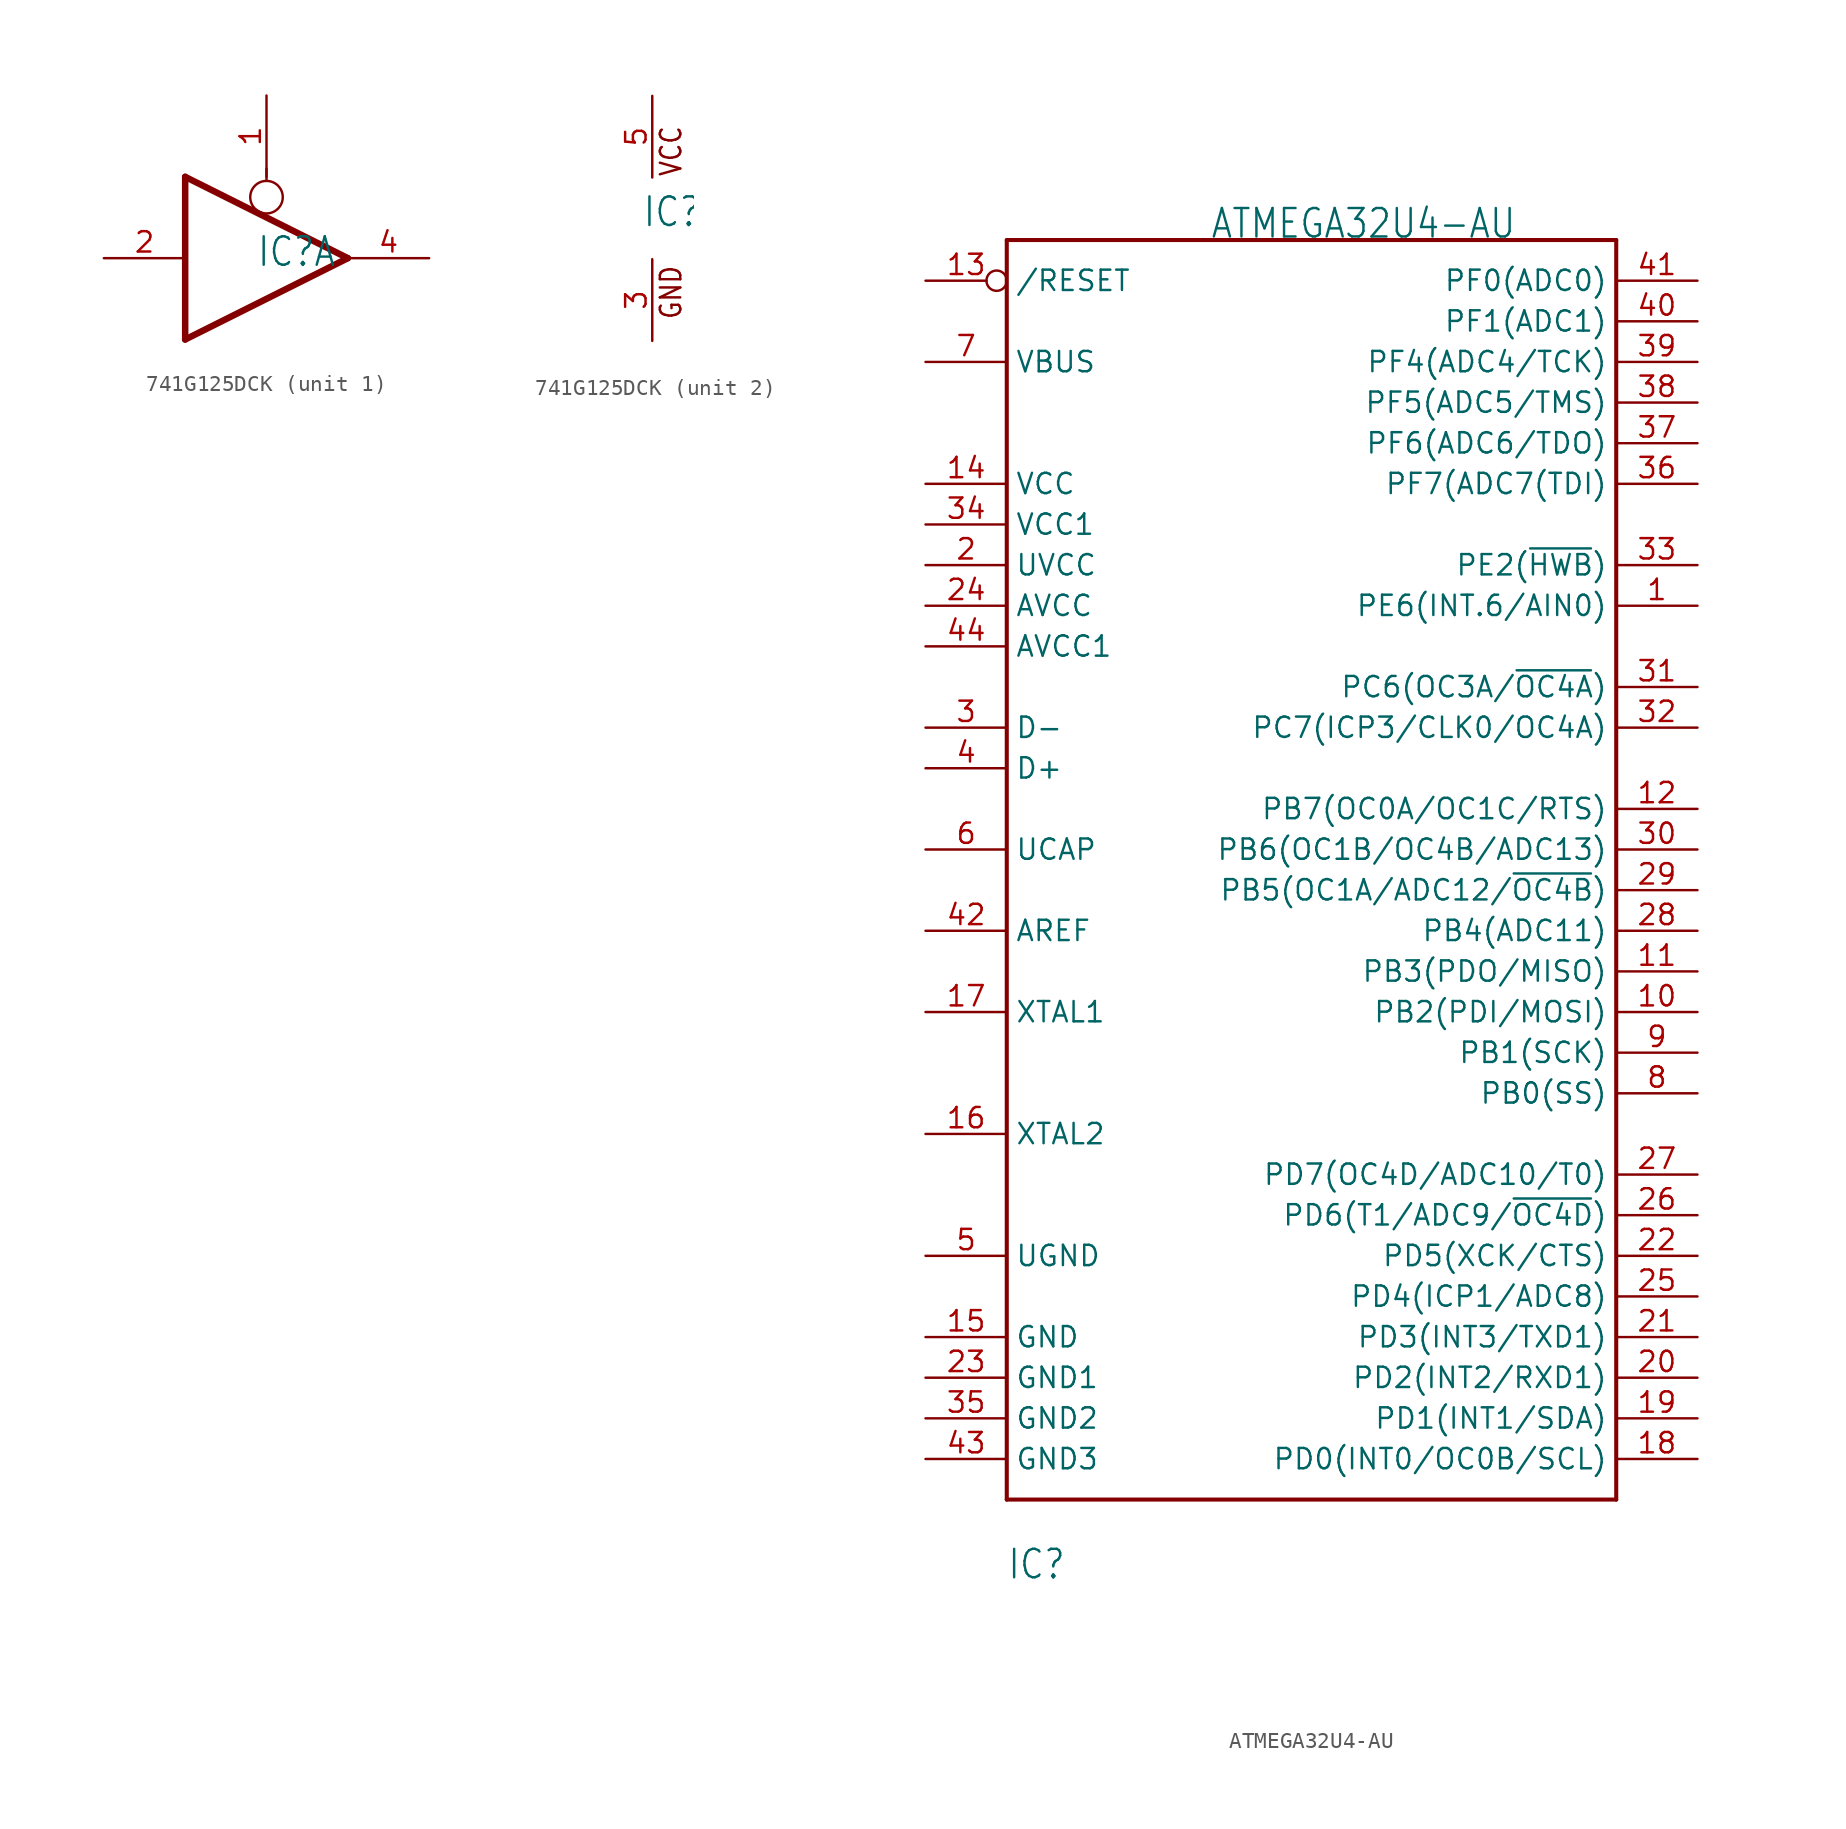
<source format=kicad_sym>
(kicad_symbol_lib
  (version 20211014)
  (generator kicad_symbol_editor)
  (symbol "741G125DCK"
    (property "Reference" "IC"
      (at -0.635 -0.635 0)
      (effects (font (size 1.778 1.511)) (justify left bottom)))
    (property "ki_locked" ""
      (at 0 0 0)
      (effects (font (size 1.27 1.27))))
    (symbol "741G125DCK_1_0"
      (polyline (pts (xy -5.08 -5.08) (xy -5.08 5.08)) (stroke (width 0.406) (type default) (color 0 0 0 0)) (fill (type none)))
      (polyline (pts (xy 0 4.826) (xy 0 5.588)) (stroke (width 0.152) (type default) (color 0 0 0 0)) (fill (type none)))
      (polyline (pts (xy 5.08 0) (xy -5.08 -5.08)) (stroke (width 0.406) (type default) (color 0 0 0 0)) (fill (type none)))
      (polyline (pts (xy 5.08 0) (xy -5.08 5.08)) (stroke (width 0.406) (type default) (color 0 0 0 0)) (fill (type none)))
      (circle (center 0 3.81) (radius 1.016) (stroke (width 0.152) (type default) (color 0 0 0 0)) (fill (type none)))
      (pin input line (at 0 10.16 270) (length 5.08) (name "OE" (effects (font (size 0 0)))) (number "1" (effects (font (size 1.27 1.27)))))
      (pin input line (at -10.16 0 0) (length 5.08) (name "I" (effects (font (size 0 0)))) (number "2" (effects (font (size 1.27 1.27)))))
      (pin tri_state line (at 10.16 0 180) (length 5.08) (name "O" (effects (font (size 0 0)))) (number "4" (effects (font (size 1.27 1.27))))))
    (symbol "741G125DCK_2_0"
      (text "GND" (at 1.905 -6.35 900) (effects (font (size 1.27 1.079)) (justify left bottom)))
      (text "VCC" (at 1.905 2.54 900) (effects (font (size 1.27 1.079)) (justify left bottom)))
      (pin power_in line (at 0 -7.62 90) (length 5.08) (name "GND" (effects (font (size 0 0)))) (number "3" (effects (font (size 1.27 1.27)))))
      (pin power_in line (at 0 7.62 270) (length 5.08) (name "VCC" (effects (font (size 0 0)))) (number "5" (effects (font (size 1.27 1.27)))))))
  (symbol "ATMEGA32U4-AU"
    (property "Reference" "IC"
      (at -17.78 -38.1 0)
      (effects (font (size 1.778 1.511)) (justify left bottom)))
    (property "Value" "ATMEGA32U4-AU"
      (at -5.08 45.72 0)
      (effects (font (size 1.778 1.511)) (justify left bottom)))
    (property "ki_locked" ""
      (at 0 0 0)
      (effects (font (size 1.27 1.27))))
    (symbol "ATMEGA32U4-AU_1_0"
      (polyline (pts (xy -17.78 -33.02) (xy -17.78 45.72)) (stroke (width 0.254) (type default) (color 0 0 0 0)) (fill (type none)))
      (polyline (pts (xy -17.78 45.72) (xy 20.32 45.72)) (stroke (width 0.254) (type default) (color 0 0 0 0)) (fill (type none)))
      (polyline (pts (xy 20.32 -33.02) (xy -17.78 -33.02)) (stroke (width 0.254) (type default) (color 0 0 0 0)) (fill (type none)))
      (polyline (pts (xy 20.32 45.72) (xy 20.32 -33.02)) (stroke (width 0.254) (type default) (color 0 0 0 0)) (fill (type none)))
      (pin bidirectional line (at 25.4 22.86 180) (length 5.08) (name "PE6(INT.6/AIN0)" (effects (font (size 1.27 1.27)))) (number "1" (effects (font (size 1.27 1.27)))))
      (pin bidirectional line (at 25.4 -2.54 180) (length 5.08) (name "PB2(PDI/MOSI)" (effects (font (size 1.27 1.27)))) (number "10" (effects (font (size 1.27 1.27)))))
      (pin bidirectional line (at 25.4 0 180) (length 5.08) (name "PB3(PDO/MISO)" (effects (font (size 1.27 1.27)))) (number "11" (effects (font (size 1.27 1.27)))))
      (pin bidirectional line (at 25.4 10.16 180) (length 5.08) (name "PB7(OC0A/OC1C/RTS)" (effects (font (size 1.27 1.27)))) (number "12" (effects (font (size 1.27 1.27)))))
      (pin bidirectional inverted (at -22.86 43.18 0) (length 5.08) (name "/RESET" (effects (font (size 1.27 1.27)))) (number "13" (effects (font (size 1.27 1.27)))))
      (pin bidirectional line (at -22.86 30.48 0) (length 5.08) (name "VCC" (effects (font (size 1.27 1.27)))) (number "14" (effects (font (size 1.27 1.27)))))
      (pin bidirectional line (at -22.86 -22.86 0) (length 5.08) (name "GND" (effects (font (size 1.27 1.27)))) (number "15" (effects (font (size 1.27 1.27)))))
      (pin bidirectional line (at -22.86 -10.16 0) (length 5.08) (name "XTAL2" (effects (font (size 1.27 1.27)))) (number "16" (effects (font (size 1.27 1.27)))))
      (pin bidirectional line (at -22.86 -2.54 0) (length 5.08) (name "XTAL1" (effects (font (size 1.27 1.27)))) (number "17" (effects (font (size 1.27 1.27)))))
      (pin bidirectional line (at 25.4 -30.48 180) (length 5.08) (name "PD0(INT0/OC0B/SCL)" (effects (font (size 1.27 1.27)))) (number "18" (effects (font (size 1.27 1.27)))))
      (pin bidirectional line (at 25.4 -27.94 180) (length 5.08) (name "PD1(INT1/SDA)" (effects (font (size 1.27 1.27)))) (number "19" (effects (font (size 1.27 1.27)))))
      (pin bidirectional line (at -22.86 25.4 0) (length 5.08) (name "UVCC" (effects (font (size 1.27 1.27)))) (number "2" (effects (font (size 1.27 1.27)))))
      (pin bidirectional line (at 25.4 -25.4 180) (length 5.08) (name "PD2(INT2/RXD1)" (effects (font (size 1.27 1.27)))) (number "20" (effects (font (size 1.27 1.27)))))
      (pin bidirectional line (at 25.4 -22.86 180) (length 5.08) (name "PD3(INT3/TXD1)" (effects (font (size 1.27 1.27)))) (number "21" (effects (font (size 1.27 1.27)))))
      (pin bidirectional line (at 25.4 -17.78 180) (length 5.08) (name "PD5(XCK/CTS)" (effects (font (size 1.27 1.27)))) (number "22" (effects (font (size 1.27 1.27)))))
      (pin bidirectional line (at -22.86 -25.4 0) (length 5.08) (name "GND1" (effects (font (size 1.27 1.27)))) (number "23" (effects (font (size 1.27 1.27)))))
      (pin bidirectional line (at -22.86 22.86 0) (length 5.08) (name "AVCC" (effects (font (size 1.27 1.27)))) (number "24" (effects (font (size 1.27 1.27)))))
      (pin bidirectional line (at 25.4 -20.32 180) (length 5.08) (name "PD4(ICP1/ADC8)" (effects (font (size 1.27 1.27)))) (number "25" (effects (font (size 1.27 1.27)))))
      (pin bidirectional line (at 25.4 -15.24 180) (length 5.08) (name "PD6(T1/ADC9/~{OC4D})" (effects (font (size 1.27 1.27)))) (number "26" (effects (font (size 1.27 1.27)))))
      (pin bidirectional line (at 25.4 -12.7 180) (length 5.08) (name "PD7(OC4D/ADC10/T0)" (effects (font (size 1.27 1.27)))) (number "27" (effects (font (size 1.27 1.27)))))
      (pin bidirectional line (at 25.4 2.54 180) (length 5.08) (name "PB4(ADC11)" (effects (font (size 1.27 1.27)))) (number "28" (effects (font (size 1.27 1.27)))))
      (pin bidirectional line (at 25.4 5.08 180) (length 5.08) (name "PB5(OC1A/ADC12/~{OC4B})" (effects (font (size 1.27 1.27)))) (number "29" (effects (font (size 1.27 1.27)))))
      (pin bidirectional line (at -22.86 15.24 0) (length 5.08) (name "D-" (effects (font (size 1.27 1.27)))) (number "3" (effects (font (size 1.27 1.27)))))
      (pin bidirectional line (at 25.4 7.62 180) (length 5.08) (name "PB6(OC1B/OC4B/ADC13)" (effects (font (size 1.27 1.27)))) (number "30" (effects (font (size 1.27 1.27)))))
      (pin bidirectional line (at 25.4 17.78 180) (length 5.08) (name "PC6(OC3A/~{OC4A})" (effects (font (size 1.27 1.27)))) (number "31" (effects (font (size 1.27 1.27)))))
      (pin bidirectional line (at 25.4 15.24 180) (length 5.08) (name "PC7(ICP3/CLK0/OC4A)" (effects (font (size 1.27 1.27)))) (number "32" (effects (font (size 1.27 1.27)))))
      (pin bidirectional line (at 25.4 25.4 180) (length 5.08) (name "PE2(~{HWB})" (effects (font (size 1.27 1.27)))) (number "33" (effects (font (size 1.27 1.27)))))
      (pin bidirectional line (at -22.86 27.94 0) (length 5.08) (name "VCC1" (effects (font (size 1.27 1.27)))) (number "34" (effects (font (size 1.27 1.27)))))
      (pin bidirectional line (at -22.86 -27.94 0) (length 5.08) (name "GND2" (effects (font (size 1.27 1.27)))) (number "35" (effects (font (size 1.27 1.27)))))
      (pin bidirectional line (at 25.4 30.48 180) (length 5.08) (name "PF7(ADC7(TDI)" (effects (font (size 1.27 1.27)))) (number "36" (effects (font (size 1.27 1.27)))))
      (pin bidirectional line (at 25.4 33.02 180) (length 5.08) (name "PF6(ADC6/TDO)" (effects (font (size 1.27 1.27)))) (number "37" (effects (font (size 1.27 1.27)))))
      (pin bidirectional line (at 25.4 35.56 180) (length 5.08) (name "PF5(ADC5/TMS)" (effects (font (size 1.27 1.27)))) (number "38" (effects (font (size 1.27 1.27)))))
      (pin bidirectional line (at 25.4 38.1 180) (length 5.08) (name "PF4(ADC4/TCK)" (effects (font (size 1.27 1.27)))) (number "39" (effects (font (size 1.27 1.27)))))
      (pin bidirectional line (at -22.86 12.7 0) (length 5.08) (name "D+" (effects (font (size 1.27 1.27)))) (number "4" (effects (font (size 1.27 1.27)))))
      (pin bidirectional line (at 25.4 40.64 180) (length 5.08) (name "PF1(ADC1)" (effects (font (size 1.27 1.27)))) (number "40" (effects (font (size 1.27 1.27)))))
      (pin bidirectional line (at 25.4 43.18 180) (length 5.08) (name "PF0(ADC0)" (effects (font (size 1.27 1.27)))) (number "41" (effects (font (size 1.27 1.27)))))
      (pin bidirectional line (at -22.86 2.54 0) (length 5.08) (name "AREF" (effects (font (size 1.27 1.27)))) (number "42" (effects (font (size 1.27 1.27)))))
      (pin bidirectional line (at -22.86 -30.48 0) (length 5.08) (name "GND3" (effects (font (size 1.27 1.27)))) (number "43" (effects (font (size 1.27 1.27)))))
      (pin bidirectional line (at -22.86 20.32 0) (length 5.08) (name "AVCC1" (effects (font (size 1.27 1.27)))) (number "44" (effects (font (size 1.27 1.27)))))
      (pin bidirectional line (at -22.86 -17.78 0) (length 5.08) (name "UGND" (effects (font (size 1.27 1.27)))) (number "5" (effects (font (size 1.27 1.27)))))
      (pin bidirectional line (at -22.86 7.62 0) (length 5.08) (name "UCAP" (effects (font (size 1.27 1.27)))) (number "6" (effects (font (size 1.27 1.27)))))
      (pin bidirectional line (at -22.86 38.1 0) (length 5.08) (name "VBUS" (effects (font (size 1.27 1.27)))) (number "7" (effects (font (size 1.27 1.27)))))
      (pin bidirectional line (at 25.4 -7.62 180) (length 5.08) (name "PB0(SS)" (effects (font (size 1.27 1.27)))) (number "8" (effects (font (size 1.27 1.27)))))
      (pin bidirectional line (at 25.4 -5.08 180) (length 5.08) (name "PB1(SCK)" (effects (font (size 1.27 1.27)))) (number "9" (effects (font (size 1.27 1.27))))))))
</source>
